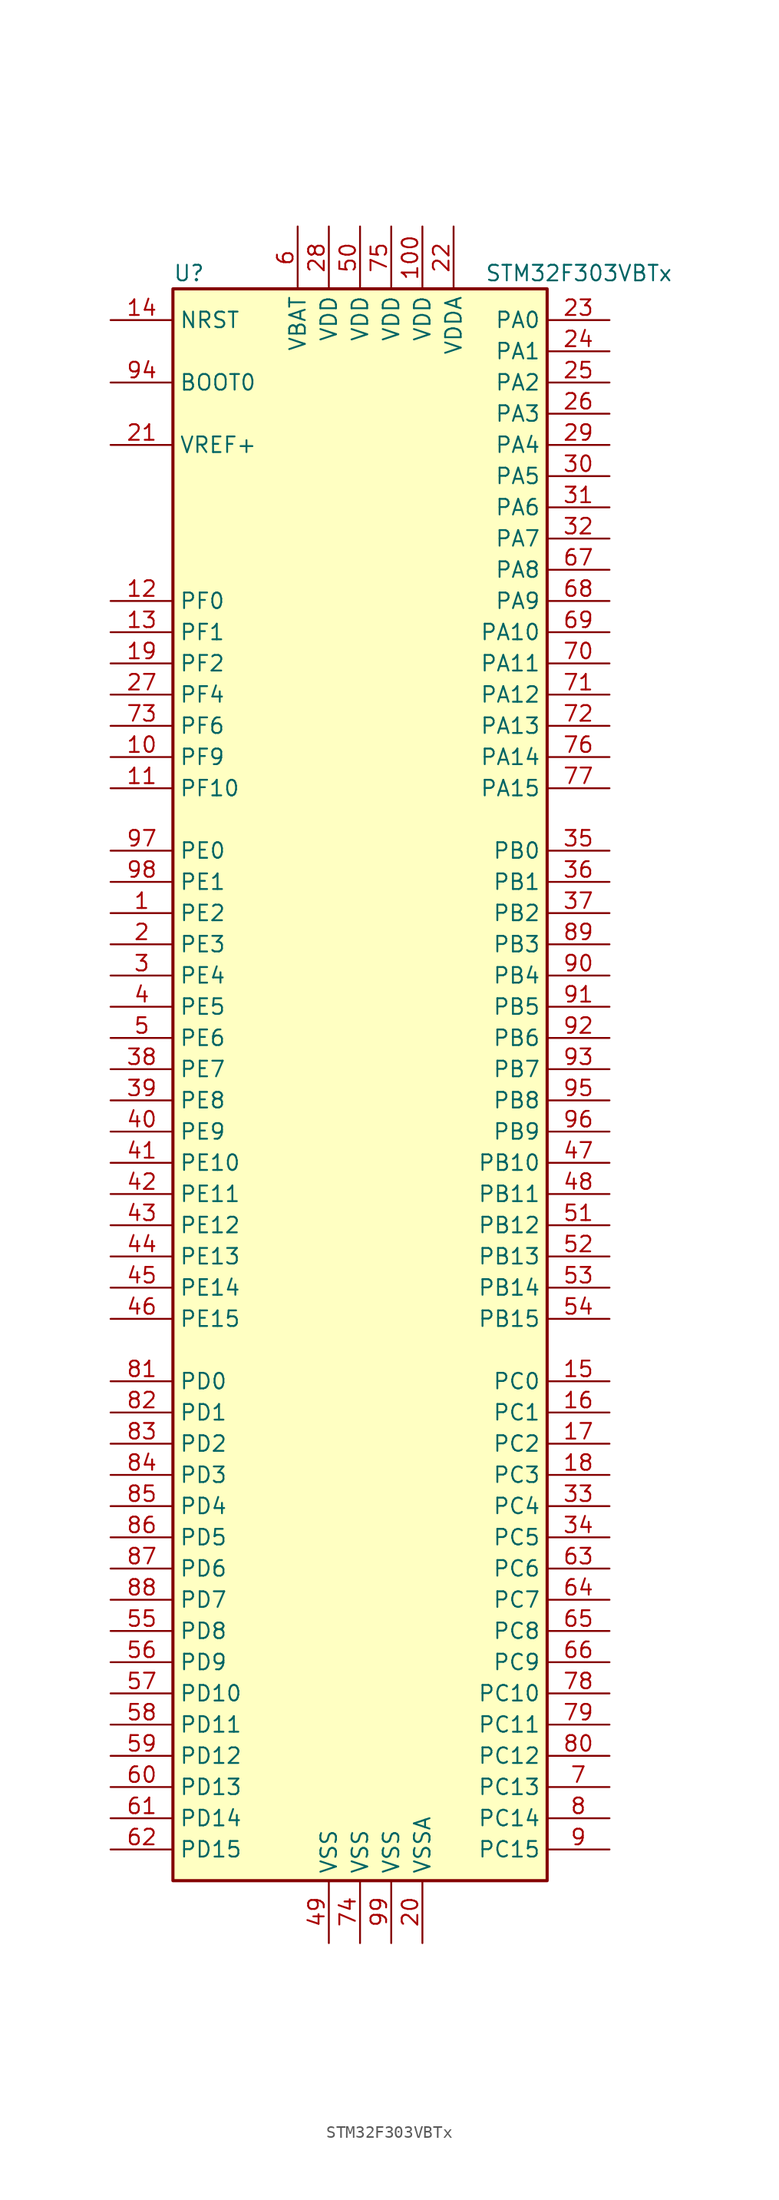
<source format=kicad_sym>
(kicad_symbol_lib
  (version 20211014)
  (generator kicad_symbol_editor)
  (symbol "STM32F303VBTx"
    (property "Reference" "U"
      (at -15.24 64.77 0)
      (effects (font (size 1.27 1.27)) (justify left)))
    (property "Value" "STM32F303VBTx"
      (at 10.16 64.77 0)
      (effects (font (size 1.27 1.27)) (justify left)))
    (symbol "STM32F303VBTx_0_1"
      (rectangle (start -15.24 -66.04) (end 15.24 63.5) (stroke (width 0.254) (type default) (color 0 0 0 0)) (fill (type background))))
    (symbol "STM32F303VBTx_1_1"
      (pin bidirectional line (at -20.32 12.7 0) (length 5.08) (name "PE2" (effects (font (size 1.27 1.27)))) (number "1" (effects (font (size 1.27 1.27)))))
      (pin bidirectional line (at -20.32 25.4 0) (length 5.08) (name "PF9" (effects (font (size 1.27 1.27)))) (number "10" (effects (font (size 1.27 1.27)))))
      (pin power_in line (at 5.08 68.58 270) (length 5.08) (name "VDD" (effects (font (size 1.27 1.27)))) (number "100" (effects (font (size 1.27 1.27)))))
      (pin bidirectional line (at -20.32 22.86 0) (length 5.08) (name "PF10" (effects (font (size 1.27 1.27)))) (number "11" (effects (font (size 1.27 1.27)))))
      (pin input line (at -20.32 38.1 0) (length 5.08) (name "PF0" (effects (font (size 1.27 1.27)))) (number "12" (effects (font (size 1.27 1.27)))))
      (pin input line (at -20.32 35.56 0) (length 5.08) (name "PF1" (effects (font (size 1.27 1.27)))) (number "13" (effects (font (size 1.27 1.27)))))
      (pin input line (at -20.32 60.96 0) (length 5.08) (name "NRST" (effects (font (size 1.27 1.27)))) (number "14" (effects (font (size 1.27 1.27)))))
      (pin bidirectional line (at 20.32 -25.4 180) (length 5.08) (name "PC0" (effects (font (size 1.27 1.27)))) (number "15" (effects (font (size 1.27 1.27)))))
      (pin bidirectional line (at 20.32 -27.94 180) (length 5.08) (name "PC1" (effects (font (size 1.27 1.27)))) (number "16" (effects (font (size 1.27 1.27)))))
      (pin bidirectional line (at 20.32 -30.48 180) (length 5.08) (name "PC2" (effects (font (size 1.27 1.27)))) (number "17" (effects (font (size 1.27 1.27)))))
      (pin bidirectional line (at 20.32 -33.02 180) (length 5.08) (name "PC3" (effects (font (size 1.27 1.27)))) (number "18" (effects (font (size 1.27 1.27)))))
      (pin bidirectional line (at -20.32 33.02 0) (length 5.08) (name "PF2" (effects (font (size 1.27 1.27)))) (number "19" (effects (font (size 1.27 1.27)))))
      (pin bidirectional line (at -20.32 10.16 0) (length 5.08) (name "PE3" (effects (font (size 1.27 1.27)))) (number "2" (effects (font (size 1.27 1.27)))))
      (pin power_in line (at 5.08 -71.12 90) (length 5.08) (name "VSSA" (effects (font (size 1.27 1.27)))) (number "20" (effects (font (size 1.27 1.27)))))
      (pin power_in line (at -20.32 50.8 0) (length 5.08) (name "VREF+" (effects (font (size 1.27 1.27)))) (number "21" (effects (font (size 1.27 1.27)))))
      (pin power_in line (at 7.62 68.58 270) (length 5.08) (name "VDDA" (effects (font (size 1.27 1.27)))) (number "22" (effects (font (size 1.27 1.27)))))
      (pin bidirectional line (at 20.32 60.96 180) (length 5.08) (name "PA0" (effects (font (size 1.27 1.27)))) (number "23" (effects (font (size 1.27 1.27)))))
      (pin bidirectional line (at 20.32 58.42 180) (length 5.08) (name "PA1" (effects (font (size 1.27 1.27)))) (number "24" (effects (font (size 1.27 1.27)))))
      (pin bidirectional line (at 20.32 55.88 180) (length 5.08) (name "PA2" (effects (font (size 1.27 1.27)))) (number "25" (effects (font (size 1.27 1.27)))))
      (pin bidirectional line (at 20.32 53.34 180) (length 5.08) (name "PA3" (effects (font (size 1.27 1.27)))) (number "26" (effects (font (size 1.27 1.27)))))
      (pin bidirectional line (at -20.32 30.48 0) (length 5.08) (name "PF4" (effects (font (size 1.27 1.27)))) (number "27" (effects (font (size 1.27 1.27)))))
      (pin power_in line (at -2.54 68.58 270) (length 5.08) (name "VDD" (effects (font (size 1.27 1.27)))) (number "28" (effects (font (size 1.27 1.27)))))
      (pin bidirectional line (at 20.32 50.8 180) (length 5.08) (name "PA4" (effects (font (size 1.27 1.27)))) (number "29" (effects (font (size 1.27 1.27)))))
      (pin bidirectional line (at -20.32 7.62 0) (length 5.08) (name "PE4" (effects (font (size 1.27 1.27)))) (number "3" (effects (font (size 1.27 1.27)))))
      (pin bidirectional line (at 20.32 48.26 180) (length 5.08) (name "PA5" (effects (font (size 1.27 1.27)))) (number "30" (effects (font (size 1.27 1.27)))))
      (pin bidirectional line (at 20.32 45.72 180) (length 5.08) (name "PA6" (effects (font (size 1.27 1.27)))) (number "31" (effects (font (size 1.27 1.27)))))
      (pin bidirectional line (at 20.32 43.18 180) (length 5.08) (name "PA7" (effects (font (size 1.27 1.27)))) (number "32" (effects (font (size 1.27 1.27)))))
      (pin bidirectional line (at 20.32 -35.56 180) (length 5.08) (name "PC4" (effects (font (size 1.27 1.27)))) (number "33" (effects (font (size 1.27 1.27)))))
      (pin bidirectional line (at 20.32 -38.1 180) (length 5.08) (name "PC5" (effects (font (size 1.27 1.27)))) (number "34" (effects (font (size 1.27 1.27)))))
      (pin bidirectional line (at 20.32 17.78 180) (length 5.08) (name "PB0" (effects (font (size 1.27 1.27)))) (number "35" (effects (font (size 1.27 1.27)))))
      (pin bidirectional line (at 20.32 15.24 180) (length 5.08) (name "PB1" (effects (font (size 1.27 1.27)))) (number "36" (effects (font (size 1.27 1.27)))))
      (pin bidirectional line (at 20.32 12.7 180) (length 5.08) (name "PB2" (effects (font (size 1.27 1.27)))) (number "37" (effects (font (size 1.27 1.27)))))
      (pin bidirectional line (at -20.32 0 0) (length 5.08) (name "PE7" (effects (font (size 1.27 1.27)))) (number "38" (effects (font (size 1.27 1.27)))))
      (pin bidirectional line (at -20.32 -2.54 0) (length 5.08) (name "PE8" (effects (font (size 1.27 1.27)))) (number "39" (effects (font (size 1.27 1.27)))))
      (pin bidirectional line (at -20.32 5.08 0) (length 5.08) (name "PE5" (effects (font (size 1.27 1.27)))) (number "4" (effects (font (size 1.27 1.27)))))
      (pin bidirectional line (at -20.32 -5.08 0) (length 5.08) (name "PE9" (effects (font (size 1.27 1.27)))) (number "40" (effects (font (size 1.27 1.27)))))
      (pin bidirectional line (at -20.32 -7.62 0) (length 5.08) (name "PE10" (effects (font (size 1.27 1.27)))) (number "41" (effects (font (size 1.27 1.27)))))
      (pin bidirectional line (at -20.32 -10.16 0) (length 5.08) (name "PE11" (effects (font (size 1.27 1.27)))) (number "42" (effects (font (size 1.27 1.27)))))
      (pin bidirectional line (at -20.32 -12.7 0) (length 5.08) (name "PE12" (effects (font (size 1.27 1.27)))) (number "43" (effects (font (size 1.27 1.27)))))
      (pin bidirectional line (at -20.32 -15.24 0) (length 5.08) (name "PE13" (effects (font (size 1.27 1.27)))) (number "44" (effects (font (size 1.27 1.27)))))
      (pin bidirectional line (at -20.32 -17.78 0) (length 5.08) (name "PE14" (effects (font (size 1.27 1.27)))) (number "45" (effects (font (size 1.27 1.27)))))
      (pin bidirectional line (at -20.32 -20.32 0) (length 5.08) (name "PE15" (effects (font (size 1.27 1.27)))) (number "46" (effects (font (size 1.27 1.27)))))
      (pin bidirectional line (at 20.32 -7.62 180) (length 5.08) (name "PB10" (effects (font (size 1.27 1.27)))) (number "47" (effects (font (size 1.27 1.27)))))
      (pin bidirectional line (at 20.32 -10.16 180) (length 5.08) (name "PB11" (effects (font (size 1.27 1.27)))) (number "48" (effects (font (size 1.27 1.27)))))
      (pin power_in line (at -2.54 -71.12 90) (length 5.08) (name "VSS" (effects (font (size 1.27 1.27)))) (number "49" (effects (font (size 1.27 1.27)))))
      (pin bidirectional line (at -20.32 2.54 0) (length 5.08) (name "PE6" (effects (font (size 1.27 1.27)))) (number "5" (effects (font (size 1.27 1.27)))))
      (pin power_in line (at 0 68.58 270) (length 5.08) (name "VDD" (effects (font (size 1.27 1.27)))) (number "50" (effects (font (size 1.27 1.27)))))
      (pin bidirectional line (at 20.32 -12.7 180) (length 5.08) (name "PB12" (effects (font (size 1.27 1.27)))) (number "51" (effects (font (size 1.27 1.27)))))
      (pin bidirectional line (at 20.32 -15.24 180) (length 5.08) (name "PB13" (effects (font (size 1.27 1.27)))) (number "52" (effects (font (size 1.27 1.27)))))
      (pin bidirectional line (at 20.32 -17.78 180) (length 5.08) (name "PB14" (effects (font (size 1.27 1.27)))) (number "53" (effects (font (size 1.27 1.27)))))
      (pin bidirectional line (at 20.32 -20.32 180) (length 5.08) (name "PB15" (effects (font (size 1.27 1.27)))) (number "54" (effects (font (size 1.27 1.27)))))
      (pin bidirectional line (at -20.32 -45.72 0) (length 5.08) (name "PD8" (effects (font (size 1.27 1.27)))) (number "55" (effects (font (size 1.27 1.27)))))
      (pin bidirectional line (at -20.32 -48.26 0) (length 5.08) (name "PD9" (effects (font (size 1.27 1.27)))) (number "56" (effects (font (size 1.27 1.27)))))
      (pin bidirectional line (at -20.32 -50.8 0) (length 5.08) (name "PD10" (effects (font (size 1.27 1.27)))) (number "57" (effects (font (size 1.27 1.27)))))
      (pin bidirectional line (at -20.32 -53.34 0) (length 5.08) (name "PD11" (effects (font (size 1.27 1.27)))) (number "58" (effects (font (size 1.27 1.27)))))
      (pin bidirectional line (at -20.32 -55.88 0) (length 5.08) (name "PD12" (effects (font (size 1.27 1.27)))) (number "59" (effects (font (size 1.27 1.27)))))
      (pin power_in line (at -5.08 68.58 270) (length 5.08) (name "VBAT" (effects (font (size 1.27 1.27)))) (number "6" (effects (font (size 1.27 1.27)))))
      (pin bidirectional line (at -20.32 -58.42 0) (length 5.08) (name "PD13" (effects (font (size 1.27 1.27)))) (number "60" (effects (font (size 1.27 1.27)))))
      (pin bidirectional line (at -20.32 -60.96 0) (length 5.08) (name "PD14" (effects (font (size 1.27 1.27)))) (number "61" (effects (font (size 1.27 1.27)))))
      (pin bidirectional line (at -20.32 -63.5 0) (length 5.08) (name "PD15" (effects (font (size 1.27 1.27)))) (number "62" (effects (font (size 1.27 1.27)))))
      (pin bidirectional line (at 20.32 -40.64 180) (length 5.08) (name "PC6" (effects (font (size 1.27 1.27)))) (number "63" (effects (font (size 1.27 1.27)))))
      (pin bidirectional line (at 20.32 -43.18 180) (length 5.08) (name "PC7" (effects (font (size 1.27 1.27)))) (number "64" (effects (font (size 1.27 1.27)))))
      (pin bidirectional line (at 20.32 -45.72 180) (length 5.08) (name "PC8" (effects (font (size 1.27 1.27)))) (number "65" (effects (font (size 1.27 1.27)))))
      (pin bidirectional line (at 20.32 -48.26 180) (length 5.08) (name "PC9" (effects (font (size 1.27 1.27)))) (number "66" (effects (font (size 1.27 1.27)))))
      (pin bidirectional line (at 20.32 40.64 180) (length 5.08) (name "PA8" (effects (font (size 1.27 1.27)))) (number "67" (effects (font (size 1.27 1.27)))))
      (pin bidirectional line (at 20.32 38.1 180) (length 5.08) (name "PA9" (effects (font (size 1.27 1.27)))) (number "68" (effects (font (size 1.27 1.27)))))
      (pin bidirectional line (at 20.32 35.56 180) (length 5.08) (name "PA10" (effects (font (size 1.27 1.27)))) (number "69" (effects (font (size 1.27 1.27)))))
      (pin bidirectional line (at 20.32 -58.42 180) (length 5.08) (name "PC13" (effects (font (size 1.27 1.27)))) (number "7" (effects (font (size 1.27 1.27)))))
      (pin bidirectional line (at 20.32 33.02 180) (length 5.08) (name "PA11" (effects (font (size 1.27 1.27)))) (number "70" (effects (font (size 1.27 1.27)))))
      (pin bidirectional line (at 20.32 30.48 180) (length 5.08) (name "PA12" (effects (font (size 1.27 1.27)))) (number "71" (effects (font (size 1.27 1.27)))))
      (pin bidirectional line (at 20.32 27.94 180) (length 5.08) (name "PA13" (effects (font (size 1.27 1.27)))) (number "72" (effects (font (size 1.27 1.27)))))
      (pin bidirectional line (at -20.32 27.94 0) (length 5.08) (name "PF6" (effects (font (size 1.27 1.27)))) (number "73" (effects (font (size 1.27 1.27)))))
      (pin power_in line (at 0 -71.12 90) (length 5.08) (name "VSS" (effects (font (size 1.27 1.27)))) (number "74" (effects (font (size 1.27 1.27)))))
      (pin power_in line (at 2.54 68.58 270) (length 5.08) (name "VDD" (effects (font (size 1.27 1.27)))) (number "75" (effects (font (size 1.27 1.27)))))
      (pin bidirectional line (at 20.32 25.4 180) (length 5.08) (name "PA14" (effects (font (size 1.27 1.27)))) (number "76" (effects (font (size 1.27 1.27)))))
      (pin bidirectional line (at 20.32 22.86 180) (length 5.08) (name "PA15" (effects (font (size 1.27 1.27)))) (number "77" (effects (font (size 1.27 1.27)))))
      (pin bidirectional line (at 20.32 -50.8 180) (length 5.08) (name "PC10" (effects (font (size 1.27 1.27)))) (number "78" (effects (font (size 1.27 1.27)))))
      (pin bidirectional line (at 20.32 -53.34 180) (length 5.08) (name "PC11" (effects (font (size 1.27 1.27)))) (number "79" (effects (font (size 1.27 1.27)))))
      (pin bidirectional line (at 20.32 -60.96 180) (length 5.08) (name "PC14" (effects (font (size 1.27 1.27)))) (number "8" (effects (font (size 1.27 1.27)))))
      (pin bidirectional line (at 20.32 -55.88 180) (length 5.08) (name "PC12" (effects (font (size 1.27 1.27)))) (number "80" (effects (font (size 1.27 1.27)))))
      (pin bidirectional line (at -20.32 -25.4 0) (length 5.08) (name "PD0" (effects (font (size 1.27 1.27)))) (number "81" (effects (font (size 1.27 1.27)))))
      (pin bidirectional line (at -20.32 -27.94 0) (length 5.08) (name "PD1" (effects (font (size 1.27 1.27)))) (number "82" (effects (font (size 1.27 1.27)))))
      (pin bidirectional line (at -20.32 -30.48 0) (length 5.08) (name "PD2" (effects (font (size 1.27 1.27)))) (number "83" (effects (font (size 1.27 1.27)))))
      (pin bidirectional line (at -20.32 -33.02 0) (length 5.08) (name "PD3" (effects (font (size 1.27 1.27)))) (number "84" (effects (font (size 1.27 1.27)))))
      (pin bidirectional line (at -20.32 -35.56 0) (length 5.08) (name "PD4" (effects (font (size 1.27 1.27)))) (number "85" (effects (font (size 1.27 1.27)))))
      (pin bidirectional line (at -20.32 -38.1 0) (length 5.08) (name "PD5" (effects (font (size 1.27 1.27)))) (number "86" (effects (font (size 1.27 1.27)))))
      (pin bidirectional line (at -20.32 -40.64 0) (length 5.08) (name "PD6" (effects (font (size 1.27 1.27)))) (number "87" (effects (font (size 1.27 1.27)))))
      (pin bidirectional line (at -20.32 -43.18 0) (length 5.08) (name "PD7" (effects (font (size 1.27 1.27)))) (number "88" (effects (font (size 1.27 1.27)))))
      (pin bidirectional line (at 20.32 10.16 180) (length 5.08) (name "PB3" (effects (font (size 1.27 1.27)))) (number "89" (effects (font (size 1.27 1.27)))))
      (pin bidirectional line (at 20.32 -63.5 180) (length 5.08) (name "PC15" (effects (font (size 1.27 1.27)))) (number "9" (effects (font (size 1.27 1.27)))))
      (pin bidirectional line (at 20.32 7.62 180) (length 5.08) (name "PB4" (effects (font (size 1.27 1.27)))) (number "90" (effects (font (size 1.27 1.27)))))
      (pin bidirectional line (at 20.32 5.08 180) (length 5.08) (name "PB5" (effects (font (size 1.27 1.27)))) (number "91" (effects (font (size 1.27 1.27)))))
      (pin bidirectional line (at 20.32 2.54 180) (length 5.08) (name "PB6" (effects (font (size 1.27 1.27)))) (number "92" (effects (font (size 1.27 1.27)))))
      (pin bidirectional line (at 20.32 0 180) (length 5.08) (name "PB7" (effects (font (size 1.27 1.27)))) (number "93" (effects (font (size 1.27 1.27)))))
      (pin input line (at -20.32 55.88 0) (length 5.08) (name "BOOT0" (effects (font (size 1.27 1.27)))) (number "94" (effects (font (size 1.27 1.27)))))
      (pin bidirectional line (at 20.32 -2.54 180) (length 5.08) (name "PB8" (effects (font (size 1.27 1.27)))) (number "95" (effects (font (size 1.27 1.27)))))
      (pin bidirectional line (at 20.32 -5.08 180) (length 5.08) (name "PB9" (effects (font (size 1.27 1.27)))) (number "96" (effects (font (size 1.27 1.27)))))
      (pin bidirectional line (at -20.32 17.78 0) (length 5.08) (name "PE0" (effects (font (size 1.27 1.27)))) (number "97" (effects (font (size 1.27 1.27)))))
      (pin bidirectional line (at -20.32 15.24 0) (length 5.08) (name "PE1" (effects (font (size 1.27 1.27)))) (number "98" (effects (font (size 1.27 1.27)))))
      (pin power_in line (at 2.54 -71.12 90) (length 5.08) (name "VSS" (effects (font (size 1.27 1.27)))) (number "99" (effects (font (size 1.27 1.27))))))))
</source>
